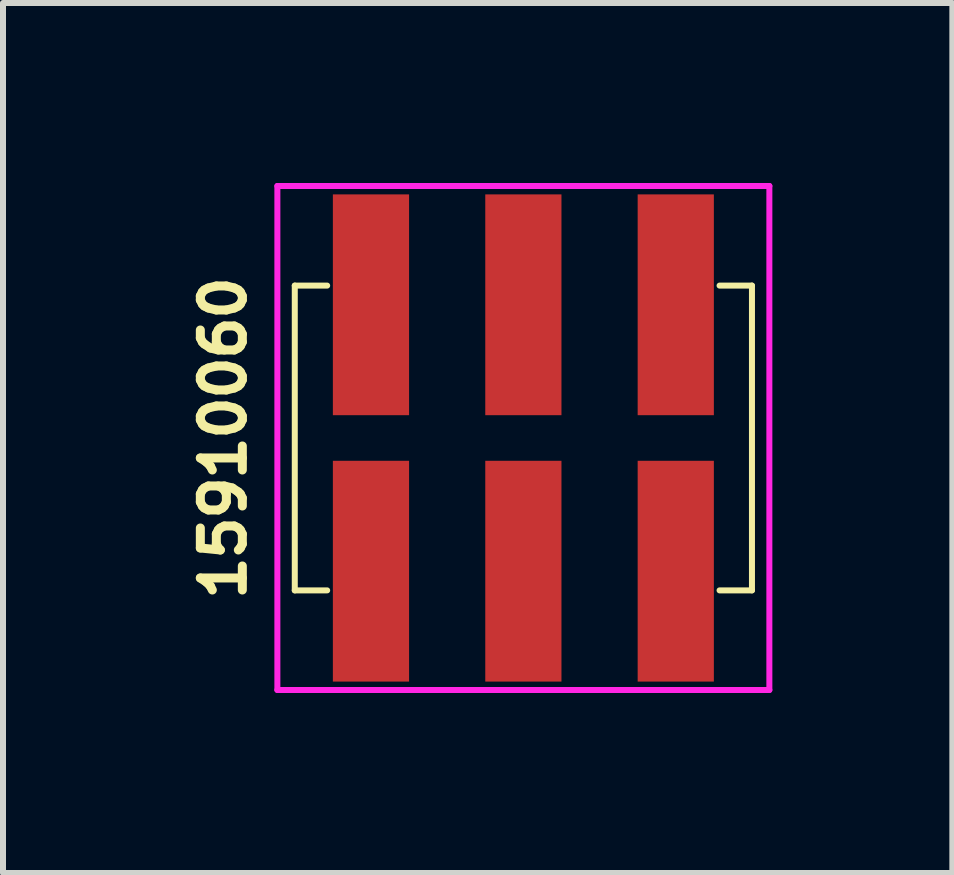
<source format=kicad_pcb>
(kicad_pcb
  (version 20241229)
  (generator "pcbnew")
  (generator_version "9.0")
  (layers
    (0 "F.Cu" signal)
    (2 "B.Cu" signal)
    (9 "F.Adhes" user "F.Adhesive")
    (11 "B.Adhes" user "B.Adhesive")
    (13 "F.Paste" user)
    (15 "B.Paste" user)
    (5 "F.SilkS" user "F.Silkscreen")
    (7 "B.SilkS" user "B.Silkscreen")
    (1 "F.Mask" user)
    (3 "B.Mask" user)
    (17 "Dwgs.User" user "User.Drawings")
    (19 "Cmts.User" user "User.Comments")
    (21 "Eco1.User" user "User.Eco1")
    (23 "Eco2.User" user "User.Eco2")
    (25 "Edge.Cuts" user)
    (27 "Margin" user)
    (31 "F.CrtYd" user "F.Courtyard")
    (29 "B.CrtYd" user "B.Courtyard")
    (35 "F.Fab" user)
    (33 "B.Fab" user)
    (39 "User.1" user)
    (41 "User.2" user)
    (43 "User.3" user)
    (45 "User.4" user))
  (footprint "15910060"
    (layer "F.Cu")
    (at 5.673 4.25)
    (property "Reference" "15910060" (at -5 0 90) (layer "F.SilkS") (effects (font (size 0.7 0.7) (thickness 0.15))))
    (attr through_hole)
    (fp_line (start -3.81 -2.54) (end -3.27 -2.54) (stroke (width 0.1) (type solid)) (layer "F.SilkS"))
    (fp_line (start -3.81 2.54) (end -3.81 -2.54) (stroke (width 0.1) (type solid)) (layer "F.SilkS"))
    (fp_line (start -3.81 2.54) (end -3.27 2.54) (stroke (width 0.1) (type solid)) (layer "F.SilkS"))
    (fp_line (start 3.81 -2.54) (end 3.27 -2.54) (stroke (width 0.1) (type solid)) (layer "F.SilkS"))
    (fp_line (start 3.81 -2.54) (end 3.81 2.54) (stroke (width 0.1) (type solid)) (layer "F.SilkS"))
    (fp_line (start 3.81 2.54) (end 3.27 2.54) (stroke (width 0.1) (type solid)) (layer "F.SilkS"))
    (fp_line (start -4.1 -4.2) (end -4.1 4.2) (stroke (width 0.1) (type solid)) (layer "F.CrtYd"))
    (fp_line (start 4.1 -4.2) (end -4.1 -4.2) (stroke (width 0.1) (type solid)) (layer "F.CrtYd"))
    (fp_line (start 4.1 4.2) (end -4.1 4.2) (stroke (width 0.1) (type solid)) (layer "F.CrtYd"))
    (fp_line (start 4.1 4.2) (end 4.1 -4.2) (stroke (width 0.1) (type solid)) (layer "F.CrtYd"))
    (pad "1" smd rect (at -2.54 2.22) (size 1.27 3.68) (layers "F.Cu" "F.Mask" "F.Paste"))
    (pad "2" smd rect (at -2.54 -2.22 180) (size 1.27 3.68) (layers "F.Cu" "F.Mask" "F.Paste"))
    (pad "3" smd rect (at 0 2.22) (size 1.27 3.68) (layers "F.Cu" "F.Mask" "F.Paste"))
    (pad "4" smd rect (at 0 -2.22 180) (size 1.27 3.68) (layers "F.Cu" "F.Mask" "F.Paste"))
    (pad "5" smd rect (at 2.54 2.22) (size 1.27 3.68) (layers "F.Cu" "F.Mask" "F.Paste"))
    (pad "6" smd rect (at 2.54 -2.22 180) (size 1.27 3.68) (layers "F.Cu" "F.Mask" "F.Paste")))
  (gr_rect
    (start -3 -3)
    (end 12.823 11.5)
    (stroke (width 0.1) (type default))
    (fill no)
    (layer "Edge.Cuts")))
</source>
